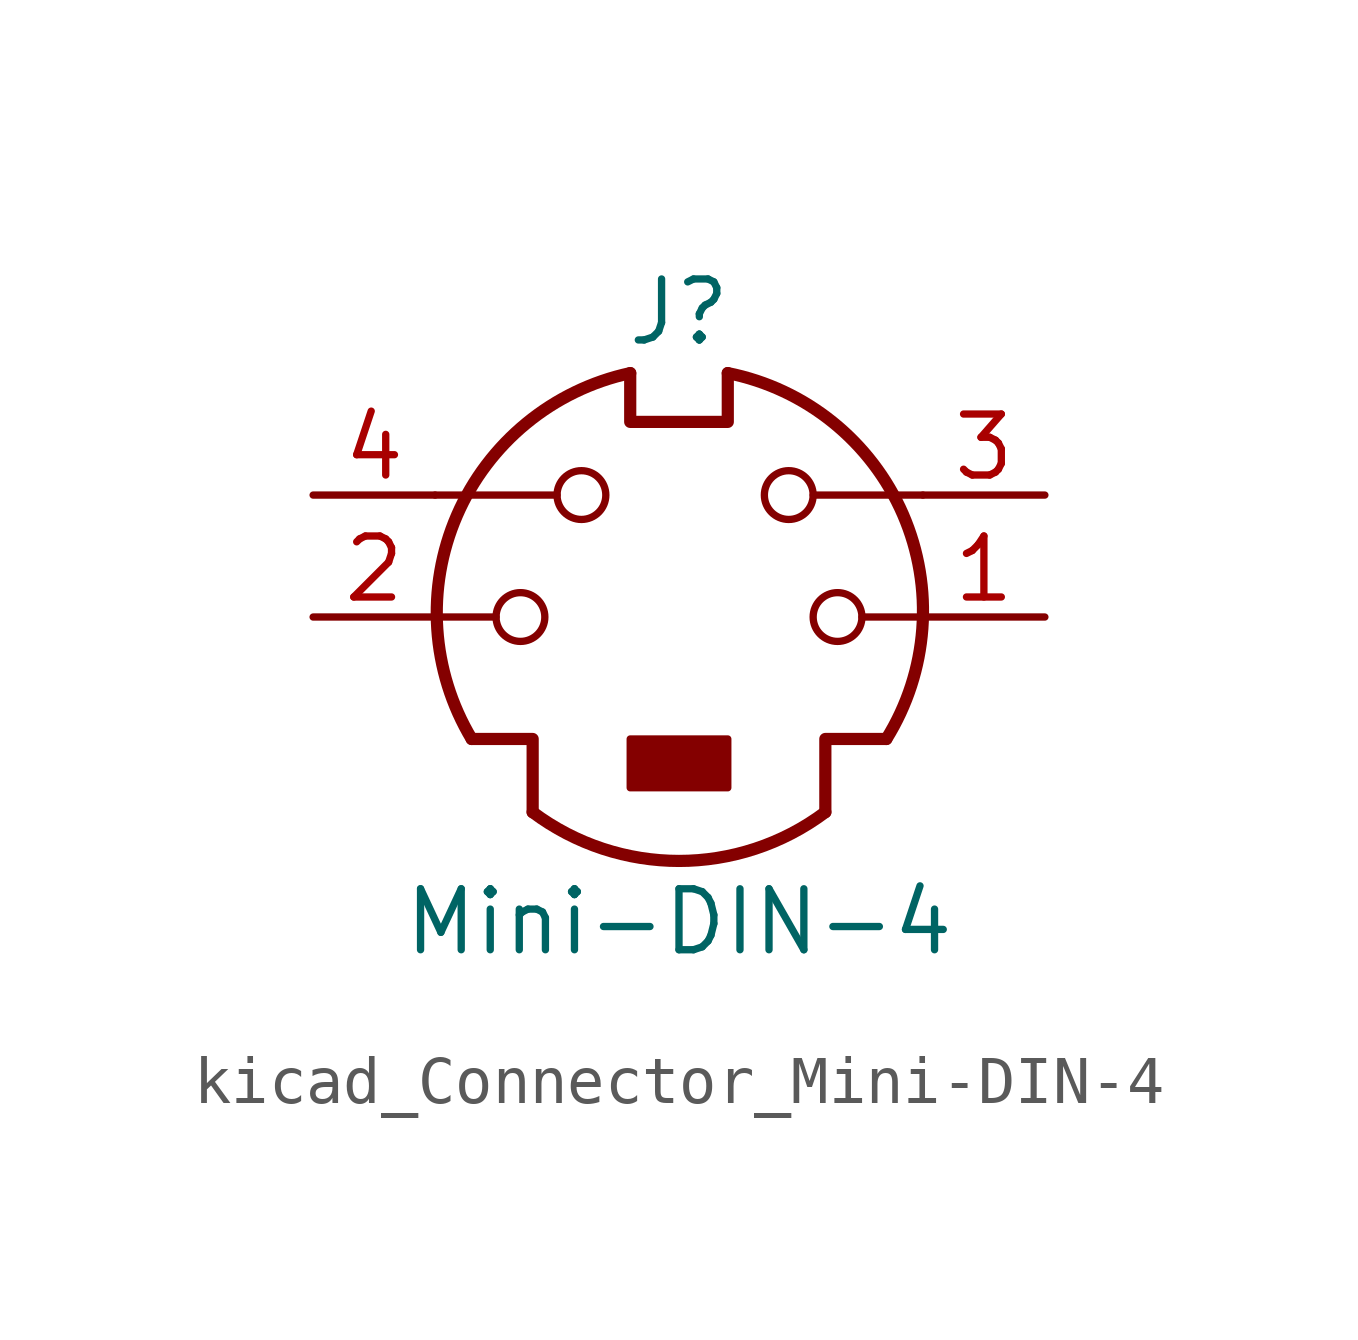
<source format=kicad_sym>
(kicad_symbol_lib
  (version 20220914)
  (generator kicad_symbol_editor)
  (symbol "kicad_Connector_Mini-DIN-4"
    (pin_names
      (offset 1.016))
    (property "Reference" "J"
      (at 0 6.35 0)
      (effects (font (size 1.27 1.27))))
    (property "Value" "Mini-DIN-4"
      (at 0 -6.35 0)
      (effects (font (size 1.27 1.27))))
    (symbol "kicad_Connector_Mini-DIN-4_0_1"
      (circle (center -3.302 0) (radius 0.508) (stroke (width 0) (type default)) (fill (type none)))
      (arc (start -3.048 -4.064) (mid 0 -5.08) (end 3.048 -4.064) (stroke (width 0.254) (type default)) (fill (type none)))
      (circle (center -2.032 2.54) (radius 0.508) (stroke (width 0) (type default)) (fill (type none)))
      (rectangle (start -1.016 -2.54) (end 1.016 -3.556) (stroke (width 0) (type default)) (fill (type outline)))
      (arc (start -1.016 5.08) (mid -4.6228 2.1214) (end -4.318 -2.54) (stroke (width 0.254) (type default)) (fill (type none)))
      (polyline (pts (xy -3.81 0) (xy -5.08 0)) (stroke (width 0) (type default)) (fill (type none)))
      (polyline (pts (xy -2.54 2.54) (xy -5.08 2.54)) (stroke (width 0) (type default)) (fill (type none)))
      (polyline (pts (xy 2.794 2.54) (xy 5.08 2.54)) (stroke (width 0) (type default)) (fill (type none)))
      (polyline (pts (xy 5.08 0) (xy 3.81 0)) (stroke (width 0) (type default)) (fill (type none)))
      (polyline (pts (xy -4.318 -2.54) (xy -3.048 -2.54) (xy -3.048 -4.064)) (stroke (width 0.254) (type default)) (fill (type none)))
      (polyline (pts (xy 4.318 -2.54) (xy 3.048 -2.54) (xy 3.048 -4.064)) (stroke (width 0.254) (type default)) (fill (type none)))
      (polyline (pts (xy -1.016 5.08) (xy -1.016 4.064) (xy 1.016 4.064) (xy 1.016 5.08)) (stroke (width 0.254) (type default)) (fill (type none)))
      (circle (center 2.286 2.54) (radius 0.508) (stroke (width 0) (type default)) (fill (type none)))
      (circle (center 3.302 0) (radius 0.508) (stroke (width 0) (type default)) (fill (type none)))
      (arc (start 4.318 -2.54) (mid 4.6661 2.1322) (end 1.016 5.08) (stroke (width 0.254) (type default)) (fill (type none))))
    (symbol "kicad_Connector_Mini-DIN-4_1_1"
      (pin passive line (at 7.62 0 180) (length 2.54) (name "~" (effects (font (size 1.27 1.27)))) (number "1" (effects (font (size 1.27 1.27)))))
      (pin passive line (at -7.62 0 0) (length 2.54) (name "~" (effects (font (size 1.27 1.27)))) (number "2" (effects (font (size 1.27 1.27)))))
      (pin passive line (at 7.62 2.54 180) (length 2.54) (name "~" (effects (font (size 1.27 1.27)))) (number "3" (effects (font (size 1.27 1.27)))))
      (pin passive line (at -7.62 2.54 0) (length 2.54) (name "~" (effects (font (size 1.27 1.27)))) (number "4" (effects (font (size 1.27 1.27))))))))
</source>
